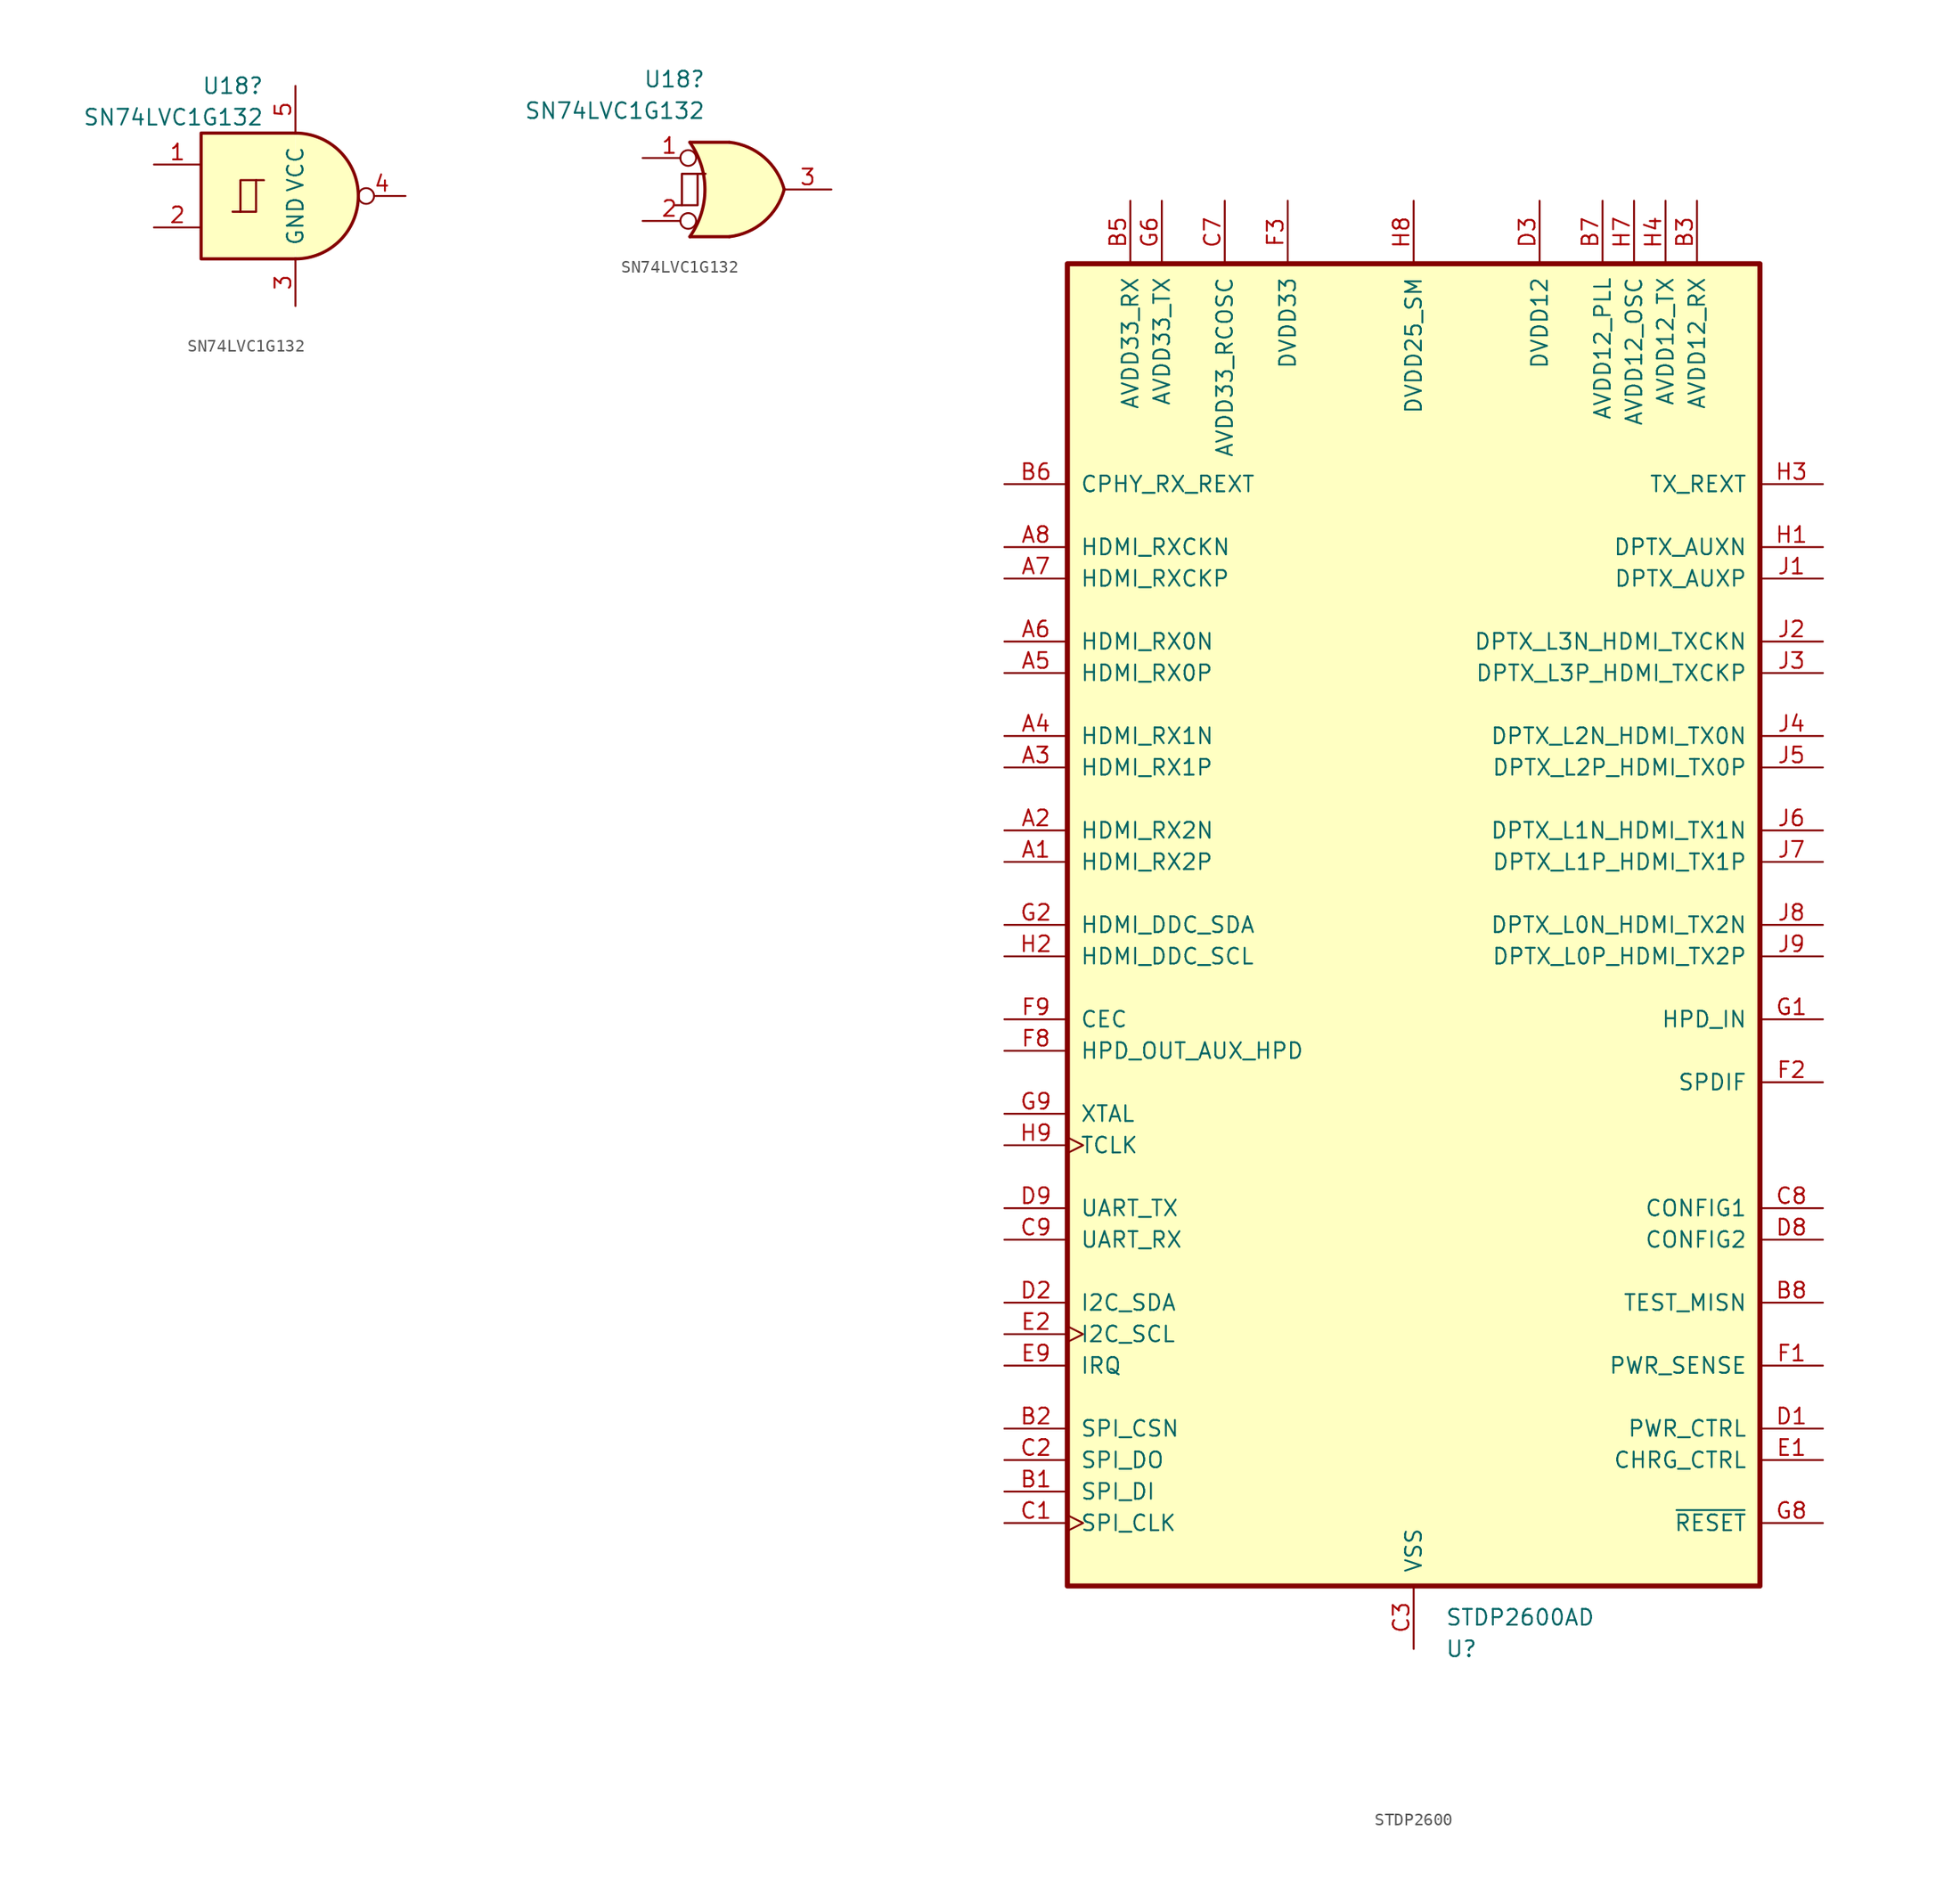
<source format=kicad_sym>
(kicad_symbol_lib
  (version 20220914)
  (generator kicad_symbol_editor)
  (symbol "SN74LVC1G132"
    (pin_names
      (offset 1.016))
    (property "Reference" "U18"
      (at -2.54 8.89 0)
      (effects (font (size 1.27 1.27)) (justify right)))
    (property "Value" "SN74LVC1G132"
      (at -2.54 6.35 0)
      (effects (font (size 1.27 1.27)) (justify right)))
    (symbol "SN74LVC1G132_0_1"
      (arc (start 0 -5.08) (mid 5.0579 0) (end 0 5.08) (stroke (width 0.254) (type default)) (fill (type background)))
      (polyline (pts (xy 0 -5.08) (xy -7.62 -5.08) (xy -7.62 5.08) (xy 0 5.08)) (stroke (width 0.254) (type default)) (fill (type background))))
    (symbol "SN74LVC1G132_1_0"
      (polyline (pts (xy -4.445 -1.27) (xy -4.445 1.27) (xy -3.175 1.27)) (stroke (width 0) (type default)) (fill (type none)))
      (polyline (pts (xy -4.445 -1.27) (xy -4.445 1.27) (xy -3.175 1.27)) (stroke (width 0) (type default)) (fill (type none)))
      (polyline (pts (xy -5.08 -1.27) (xy -3.175 -1.27) (xy -3.175 1.27) (xy -2.54 1.27)) (stroke (width 0) (type default)) (fill (type none)))
      (polyline (pts (xy -5.08 -1.27) (xy -3.175 -1.27) (xy -3.175 1.27) (xy -2.54 1.27)) (stroke (width 0) (type default)) (fill (type none))))
    (symbol "SN74LVC1G132_1_1"
      (pin input line (at -11.43 2.54 0) (length 3.81) (name "~" (effects (font (size 1.27 1.27)))) (number "1" (effects (font (size 1.27 1.27)))))
      (pin input line (at -11.43 -2.54 0) (length 3.81) (name "~" (effects (font (size 1.27 1.27)))) (number "2" (effects (font (size 1.27 1.27)))))
      (pin power_in line (at 0 -8.89 90) (length 3.81) (name "GND" (effects (font (size 1.27 1.27)))) (number "3" (effects (font (size 1.27 1.27)))))
      (pin output inverted (at 8.89 0 180) (length 3.81) (name "~" (effects (font (size 1.27 1.27)))) (number "4" (effects (font (size 1.27 1.27)))))
      (pin power_in line (at 0 8.89 270) (length 3.81) (name "VCC" (effects (font (size 1.27 1.27)))) (number "5" (effects (font (size 1.27 1.27))))))
    (symbol "SN74LVC1G132_1_2"
      (arc (start -3.81 -3.81) (mid -2.589 0) (end -3.81 3.81) (stroke (width 0.254) (type default)) (fill (type none)))
      (arc (start -0.6096 -3.81) (mid 2.1842 -2.5851) (end 3.81 0) (stroke (width 0.254) (type default)) (fill (type background)))
      (polyline (pts (xy -3.81 -3.81) (xy -0.635 -3.81)) (stroke (width 0.254) (type default)) (fill (type background)))
      (polyline (pts (xy -3.81 3.81) (xy -0.635 3.81)) (stroke (width 0.254) (type default)) (fill (type background)))
      (polyline (pts (xy -0.635 3.81) (xy -3.81 3.81) (xy -3.81 3.81) (xy -3.556 3.404) (xy -3.023 2.261) (xy -2.692 1.041) (xy -2.616 -0.254) (xy -2.769 -1.499) (xy -3.175 -2.718) (xy -3.81 -3.81) (xy -3.81 -3.81) (xy -0.635 -3.81)) (stroke (width -25.4) (type default)) (fill (type background)))
      (arc (start 3.81 0) (mid 2.1915 2.5936) (end -0.6096 3.81) (stroke (width 0.254) (type default)) (fill (type background)))
      (pin input inverted (at -7.62 2.54 0) (length 4.318) (name "~" (effects (font (size 1.27 1.27)))) (number "1" (effects (font (size 1.27 1.27)))))
      (pin input inverted (at -7.62 -2.54 0) (length 4.318) (name "~" (effects (font (size 1.27 1.27)))) (number "2" (effects (font (size 1.27 1.27)))))
      (pin output line (at 7.62 0 180) (length 3.81) (name "~" (effects (font (size 1.27 1.27)))) (number "3" (effects (font (size 1.27 1.27)))))))
  (symbol "STDP2600"
    (pin_names
      (offset 1.016))
    (property "Reference" "U"
      (at 2.54 -58.42 0)
      (effects (font (size 1.27 1.27)) (justify left)))
    (property "Value" "STDP2600AD"
      (at 2.54 -55.88 0)
      (effects (font (size 1.27 1.27)) (justify left)))
    (symbol "STDP2600_0_0"
      (rectangle (start -27.94 53.34) (end 27.94 -53.34) (stroke (width 0.41) (type default)) (fill (type background)))
      (pin input line (at -33.02 5.08 0) (length 5.08) (name "HDMI_RX2P" (effects (font (size 1.27 1.27)))) (number "A1" (effects (font (size 1.27 1.27)))))
      (pin input line (at -33.02 7.62 0) (length 5.08) (name "HDMI_RX2N" (effects (font (size 1.27 1.27)))) (number "A2" (effects (font (size 1.27 1.27)))))
      (pin input line (at -33.02 12.7 0) (length 5.08) (name "HDMI_RX1P" (effects (font (size 1.27 1.27)))) (number "A3" (effects (font (size 1.27 1.27)))))
      (pin input line (at -33.02 15.24 0) (length 5.08) (name "HDMI_RX1N" (effects (font (size 1.27 1.27)))) (number "A4" (effects (font (size 1.27 1.27)))))
      (pin input line (at -33.02 20.32 0) (length 5.08) (name "HDMI_RX0P" (effects (font (size 1.27 1.27)))) (number "A5" (effects (font (size 1.27 1.27)))))
      (pin input line (at -33.02 22.86 0) (length 5.08) (name "HDMI_RX0N" (effects (font (size 1.27 1.27)))) (number "A6" (effects (font (size 1.27 1.27)))))
      (pin input line (at -33.02 27.94 0) (length 5.08) (name "HDMI_RXCKP" (effects (font (size 1.27 1.27)))) (number "A7" (effects (font (size 1.27 1.27)))))
      (pin input line (at -33.02 30.48 0) (length 5.08) (name "HDMI_RXCKN" (effects (font (size 1.27 1.27)))) (number "A8" (effects (font (size 1.27 1.27)))))
      (pin bidirectional line (at -33.02 -45.72 0) (length 5.08) (name "SPI_DI" (effects (font (size 1.27 1.27)))) (number "B1" (effects (font (size 1.27 1.27)))))
      (pin bidirectional line (at -33.02 -40.64 0) (length 5.08) (name "SPI_CSN" (effects (font (size 1.27 1.27)))) (number "B2" (effects (font (size 1.27 1.27)))))
      (pin power_in line (at 22.86 58.42 270) (length 5.08) (name "AVDD12_RX" (effects (font (size 1.27 1.27)))) (number "B3" (effects (font (size 1.27 1.27)))))
      (pin passive line (at 22.86 58.42 270) (length 5.08) hide (name "AVDD12_RX" (effects (font (size 1.27 1.27)))) (number "B4" (effects (font (size 1.27 1.27)))))
      (pin power_in line (at -22.86 58.42 270) (length 5.08) (name "AVDD33_RX" (effects (font (size 1.27 1.27)))) (number "B5" (effects (font (size 1.27 1.27)))))
      (pin input line (at -33.02 35.56 0) (length 5.08) (name "CPHY_RX_REXT" (effects (font (size 1.27 1.27)))) (number "B6" (effects (font (size 1.27 1.27)))))
      (pin power_in line (at 15.24 58.42 270) (length 5.08) (name "AVDD12_PLL" (effects (font (size 1.27 1.27)))) (number "B7" (effects (font (size 1.27 1.27)))))
      (pin input line (at 33.02 -30.48 180) (length 5.08) (name "TEST_MISN" (effects (font (size 1.27 1.27)))) (number "B8" (effects (font (size 1.27 1.27)))))
      (pin bidirectional clock (at -33.02 -48.26 0) (length 5.08) (name "SPI_CLK" (effects (font (size 1.27 1.27)))) (number "C1" (effects (font (size 1.27 1.27)))))
      (pin bidirectional line (at -33.02 -43.18 0) (length 5.08) (name "SPI_DO" (effects (font (size 1.27 1.27)))) (number "C2" (effects (font (size 1.27 1.27)))))
      (pin power_in line (at 0 -58.42 90) (length 5.08) (name "VSS" (effects (font (size 1.27 1.27)))) (number "C3" (effects (font (size 1.27 1.27)))))
      (pin passive line (at 0 -58.42 90) (length 5.08) hide (name "VSS" (effects (font (size 1.27 1.27)))) (number "C4" (effects (font (size 1.27 1.27)))))
      (pin passive line (at -22.86 58.42 270) (length 5.08) hide (name "AVDD33_RX" (effects (font (size 1.27 1.27)))) (number "C5" (effects (font (size 1.27 1.27)))))
      (pin passive line (at -22.86 58.42 270) (length 5.08) hide (name "AVDD33_RX" (effects (font (size 1.27 1.27)))) (number "C6" (effects (font (size 1.27 1.27)))))
      (pin power_in line (at -15.24 58.42 270) (length 5.08) (name "AVDD33_RCOSC" (effects (font (size 1.27 1.27)))) (number "C7" (effects (font (size 1.27 1.27)))))
      (pin bidirectional line (at 33.02 -22.86 180) (length 5.08) (name "CONFIG1" (effects (font (size 1.27 1.27)))) (number "C8" (effects (font (size 1.27 1.27)))))
      (pin bidirectional line (at -33.02 -25.4 0) (length 5.08) (name "UART_RX" (effects (font (size 1.27 1.27)))) (number "C9" (effects (font (size 1.27 1.27)))))
      (pin bidirectional line (at 33.02 -40.64 180) (length 5.08) (name "PWR_CTRL" (effects (font (size 1.27 1.27)))) (number "D1" (effects (font (size 1.27 1.27)))))
      (pin bidirectional line (at -33.02 -30.48 0) (length 5.08) (name "I2C_SDA" (effects (font (size 1.27 1.27)))) (number "D2" (effects (font (size 1.27 1.27)))))
      (pin power_in line (at 10.16 58.42 270) (length 5.08) (name "DVDD12" (effects (font (size 1.27 1.27)))) (number "D3" (effects (font (size 1.27 1.27)))))
      (pin passive line (at 0 -58.42 90) (length 5.08) hide (name "VSS" (effects (font (size 1.27 1.27)))) (number "D4" (effects (font (size 1.27 1.27)))))
      (pin passive line (at 0 -58.42 90) (length 5.08) hide (name "VSS" (effects (font (size 1.27 1.27)))) (number "D5" (effects (font (size 1.27 1.27)))))
      (pin passive line (at 0 -58.42 90) (length 5.08) hide (name "VSS" (effects (font (size 1.27 1.27)))) (number "D6" (effects (font (size 1.27 1.27)))))
      (pin passive line (at 10.16 58.42 270) (length 5.08) hide (name "DVDD12" (effects (font (size 1.27 1.27)))) (number "D7" (effects (font (size 1.27 1.27)))))
      (pin bidirectional line (at 33.02 -25.4 180) (length 5.08) (name "CONFIG2" (effects (font (size 1.27 1.27)))) (number "D8" (effects (font (size 1.27 1.27)))))
      (pin bidirectional line (at -33.02 -22.86 0) (length 5.08) (name "UART_TX" (effects (font (size 1.27 1.27)))) (number "D9" (effects (font (size 1.27 1.27)))))
      (pin bidirectional line (at 33.02 -43.18 180) (length 5.08) (name "CHRG_CTRL" (effects (font (size 1.27 1.27)))) (number "E1" (effects (font (size 1.27 1.27)))))
      (pin bidirectional clock (at -33.02 -33.02 0) (length 5.08) (name "I2C_SCL" (effects (font (size 1.27 1.27)))) (number "E2" (effects (font (size 1.27 1.27)))))
      (pin passive line (at 10.16 58.42 270) (length 5.08) hide (name "DVDD12" (effects (font (size 1.27 1.27)))) (number "E3" (effects (font (size 1.27 1.27)))))
      (pin passive line (at 0 -58.42 90) (length 5.08) hide (name "VSS" (effects (font (size 1.27 1.27)))) (number "E4" (effects (font (size 1.27 1.27)))))
      (pin passive line (at 0 -58.42 90) (length 5.08) hide (name "VSS" (effects (font (size 1.27 1.27)))) (number "E5" (effects (font (size 1.27 1.27)))))
      (pin passive line (at 0 -58.42 90) (length 5.08) hide (name "VSS" (effects (font (size 1.27 1.27)))) (number "E6" (effects (font (size 1.27 1.27)))))
      (pin passive line (at 10.16 58.42 270) (length 5.08) hide (name "DVDD12" (effects (font (size 1.27 1.27)))) (number "E7" (effects (font (size 1.27 1.27)))))
      (pin passive line (at 0 -58.42 90) (length 5.08) hide (name "VSS" (effects (font (size 1.27 1.27)))) (number "E8" (effects (font (size 1.27 1.27)))))
      (pin bidirectional line (at -33.02 -35.56 0) (length 5.08) (name "IRQ" (effects (font (size 1.27 1.27)))) (number "E9" (effects (font (size 1.27 1.27)))))
      (pin bidirectional line (at 33.02 -35.56 180) (length 5.08) (name "PWR_SENSE" (effects (font (size 1.27 1.27)))) (number "F1" (effects (font (size 1.27 1.27)))))
      (pin bidirectional line (at 33.02 -12.7 180) (length 5.08) (name "SPDIF" (effects (font (size 1.27 1.27)))) (number "F2" (effects (font (size 1.27 1.27)))))
      (pin power_in line (at -10.16 58.42 270) (length 5.08) (name "DVDD33" (effects (font (size 1.27 1.27)))) (number "F3" (effects (font (size 1.27 1.27)))))
      (pin passive line (at 0 -58.42 90) (length 5.08) hide (name "VSS" (effects (font (size 1.27 1.27)))) (number "F4" (effects (font (size 1.27 1.27)))))
      (pin passive line (at 0 -58.42 90) (length 5.08) hide (name "VSS" (effects (font (size 1.27 1.27)))) (number "F5" (effects (font (size 1.27 1.27)))))
      (pin passive line (at 0 -58.42 90) (length 5.08) hide (name "VSS" (effects (font (size 1.27 1.27)))) (number "F6" (effects (font (size 1.27 1.27)))))
      (pin passive line (at 0 -58.42 90) (length 5.08) hide (name "VSS" (effects (font (size 1.27 1.27)))) (number "F7" (effects (font (size 1.27 1.27)))))
      (pin bidirectional line (at -33.02 -10.16 0) (length 5.08) (name "HPD_OUT_AUX_HPD" (effects (font (size 1.27 1.27)))) (number "F8" (effects (font (size 1.27 1.27)))))
      (pin bidirectional line (at -33.02 -7.62 0) (length 5.08) (name "CEC" (effects (font (size 1.27 1.27)))) (number "F9" (effects (font (size 1.27 1.27)))))
      (pin bidirectional line (at 33.02 -7.62 180) (length 5.08) (name "HPD_IN" (effects (font (size 1.27 1.27)))) (number "G1" (effects (font (size 1.27 1.27)))))
      (pin bidirectional line (at -33.02 0 0) (length 5.08) (name "HDMI_DDC_SDA" (effects (font (size 1.27 1.27)))) (number "G2" (effects (font (size 1.27 1.27)))))
      (pin passive line (at -10.16 58.42 270) (length 5.08) hide (name "DVDD33" (effects (font (size 1.27 1.27)))) (number "G3" (effects (font (size 1.27 1.27)))))
      (pin passive line (at 0 -58.42 90) (length 5.08) hide (name "VSS" (effects (font (size 1.27 1.27)))) (number "G4" (effects (font (size 1.27 1.27)))))
      (pin passive line (at 0 -58.42 90) (length 5.08) hide (name "VSS" (effects (font (size 1.27 1.27)))) (number "G5" (effects (font (size 1.27 1.27)))))
      (pin power_in line (at -20.32 58.42 270) (length 5.08) (name "AVDD33_TX" (effects (font (size 1.27 1.27)))) (number "G6" (effects (font (size 1.27 1.27)))))
      (pin passive line (at 0 -58.42 90) (length 5.08) hide (name "VSS" (effects (font (size 1.27 1.27)))) (number "G7" (effects (font (size 1.27 1.27)))))
      (pin bidirectional line (at 33.02 -48.26 180) (length 5.08) (name "~{RESET}" (effects (font (size 1.27 1.27)))) (number "G8" (effects (font (size 1.27 1.27)))))
      (pin bidirectional line (at -33.02 -15.24 0) (length 5.08) (name "XTAL" (effects (font (size 1.27 1.27)))) (number "G9" (effects (font (size 1.27 1.27)))))
      (pin bidirectional line (at 33.02 30.48 180) (length 5.08) (name "DPTX_AUXN" (effects (font (size 1.27 1.27)))) (number "H1" (effects (font (size 1.27 1.27)))))
      (pin bidirectional line (at -33.02 -2.54 0) (length 5.08) (name "HDMI_DDC_SCL" (effects (font (size 1.27 1.27)))) (number "H2" (effects (font (size 1.27 1.27)))))
      (pin input line (at 33.02 35.56 180) (length 5.08) (name "TX_REXT" (effects (font (size 1.27 1.27)))) (number "H3" (effects (font (size 1.27 1.27)))))
      (pin power_in line (at 20.32 58.42 270) (length 5.08) (name "AVDD12_TX" (effects (font (size 1.27 1.27)))) (number "H4" (effects (font (size 1.27 1.27)))))
      (pin passive line (at 20.32 58.42 270) (length 5.08) hide (name "AVDD12_TX" (effects (font (size 1.27 1.27)))) (number "H5" (effects (font (size 1.27 1.27)))))
      (pin passive line (at 20.32 58.42 270) (length 5.08) hide (name "AVDD12_TX" (effects (font (size 1.27 1.27)))) (number "H6" (effects (font (size 1.27 1.27)))))
      (pin power_in line (at 17.78 58.42 270) (length 5.08) (name "AVDD12_OSC" (effects (font (size 1.27 1.27)))) (number "H7" (effects (font (size 1.27 1.27)))))
      (pin power_in line (at 0 58.42 270) (length 5.08) (name "DVDD25_SM" (effects (font (size 1.27 1.27)))) (number "H8" (effects (font (size 1.27 1.27)))))
      (pin bidirectional clock (at -33.02 -17.78 0) (length 5.08) (name "TCLK" (effects (font (size 1.27 1.27)))) (number "H9" (effects (font (size 1.27 1.27)))))
      (pin bidirectional line (at 33.02 27.94 180) (length 5.08) (name "DPTX_AUXP" (effects (font (size 1.27 1.27)))) (number "J1" (effects (font (size 1.27 1.27)))))
      (pin bidirectional line (at 33.02 22.86 180) (length 5.08) (name "DPTX_L3N_HDMI_TXCKN" (effects (font (size 1.27 1.27)))) (number "J2" (effects (font (size 1.27 1.27)))))
      (pin bidirectional line (at 33.02 20.32 180) (length 5.08) (name "DPTX_L3P_HDMI_TXCKP" (effects (font (size 1.27 1.27)))) (number "J3" (effects (font (size 1.27 1.27)))))
      (pin bidirectional line (at 33.02 15.24 180) (length 5.08) (name "DPTX_L2N_HDMI_TX0N" (effects (font (size 1.27 1.27)))) (number "J4" (effects (font (size 1.27 1.27)))))
      (pin bidirectional line (at 33.02 12.7 180) (length 5.08) (name "DPTX_L2P_HDMI_TX0P" (effects (font (size 1.27 1.27)))) (number "J5" (effects (font (size 1.27 1.27)))))
      (pin bidirectional line (at 33.02 7.62 180) (length 5.08) (name "DPTX_L1N_HDMI_TX1N" (effects (font (size 1.27 1.27)))) (number "J6" (effects (font (size 1.27 1.27)))))
      (pin bidirectional line (at 33.02 5.08 180) (length 5.08) (name "DPTX_L1P_HDMI_TX1P" (effects (font (size 1.27 1.27)))) (number "J7" (effects (font (size 1.27 1.27)))))
      (pin bidirectional line (at 33.02 0 180) (length 5.08) (name "DPTX_L0N_HDMI_TX2N" (effects (font (size 1.27 1.27)))) (number "J8" (effects (font (size 1.27 1.27)))))
      (pin bidirectional line (at 33.02 -2.54 180) (length 5.08) (name "DPTX_L0P_HDMI_TX2P" (effects (font (size 1.27 1.27)))) (number "J9" (effects (font (size 1.27 1.27))))))))
</source>
